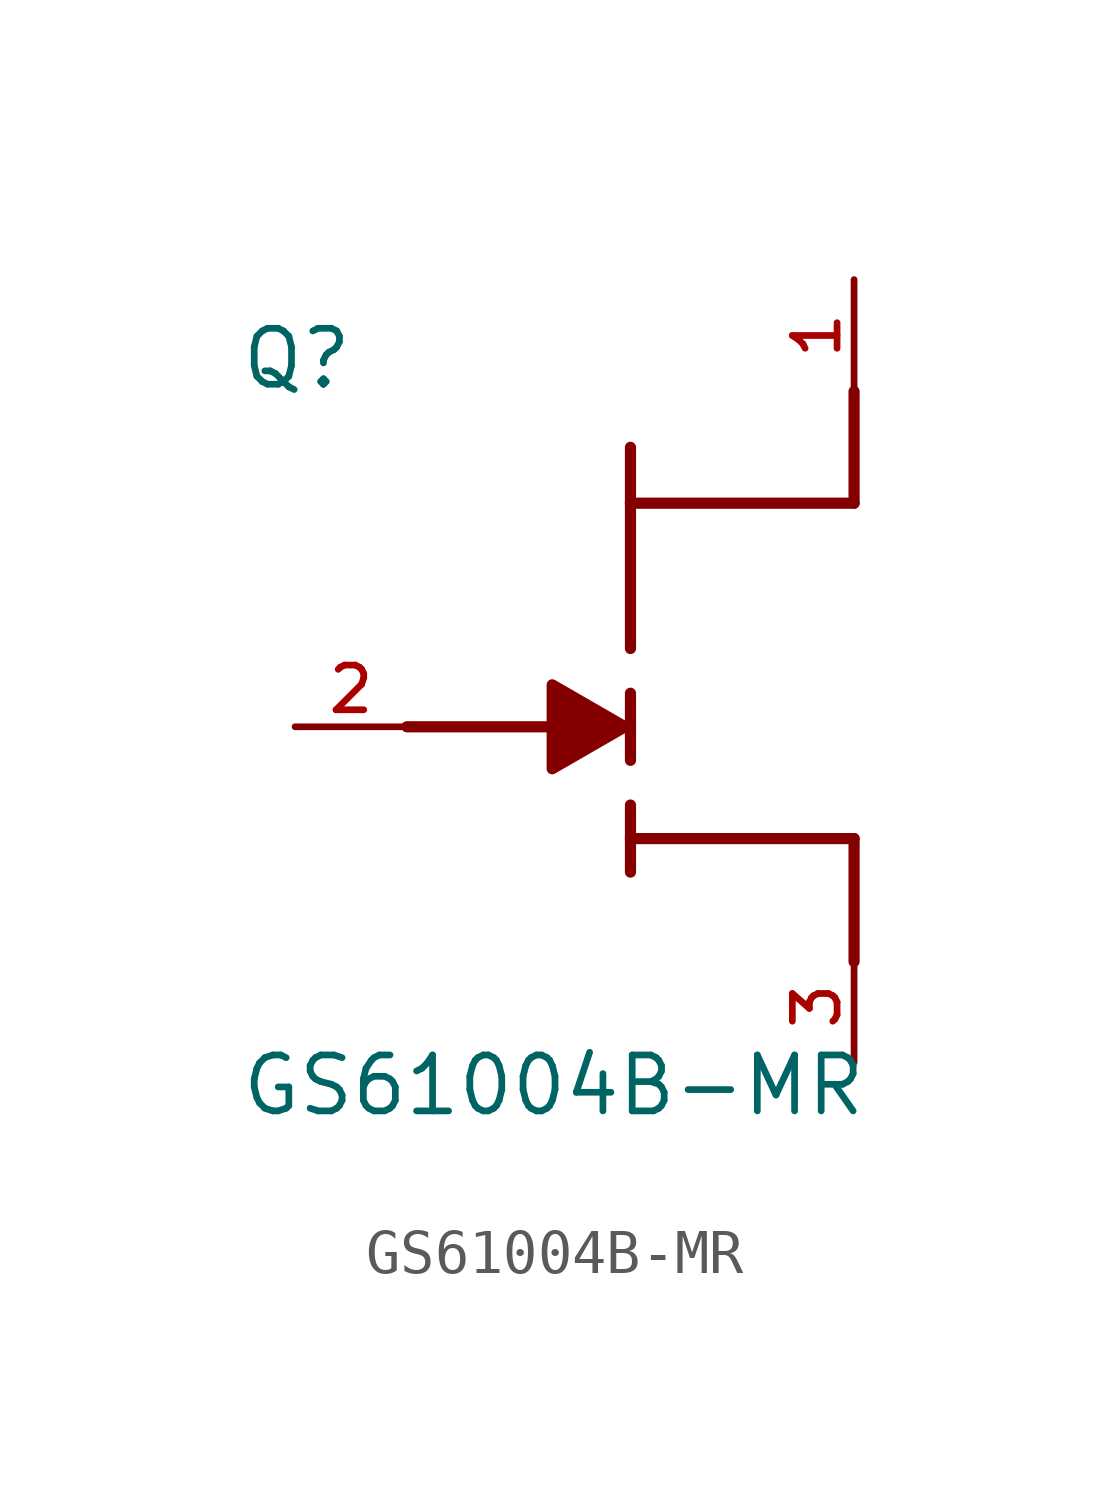
<source format=kicad_sym>
(kicad_symbol_lib
  (version 20211014)
  (generator kicad_symbol_editor)
  (symbol "GS61004B-MR"
    (pin_names
      (offset 1.016))
    (property "Reference" "Q"
      (at -8.89 7.62 0)
      (effects (font (size 1.27 1.27)) (justify bottom left)))
    (property "Value" "GS61004B-MR"
      (at -8.89 -8.89 0)
      (effects (font (size 1.27 1.27)) (justify bottom left)))
    (symbol "GS61004B-MR_0_0"
      (polyline (pts (xy 0.0 -0.762) (xy 0.0 0.762)) (stroke (width 0.254)))
      (polyline (pts (xy 0.0 1.778) (xy 0.0 5.08)) (stroke (width 0.254)))
      (polyline (pts (xy 0.0 5.08) (xy 0.0 6.35)) (stroke (width 0.254)))
      (polyline (pts (xy 0.0 -1.778) (xy 0.0 -2.54)) (stroke (width 0.254)))
      (polyline (pts (xy -0.127 0.0) (xy -1.778 0.953) (xy -1.778 -0.953) (xy -0.127 0.0)) (stroke (width 0.254)) (fill (type outline)))
      (polyline (pts (xy 0.0 -2.54) (xy 0.0 -3.302)) (stroke (width 0.254)))
      (polyline (pts (xy -0.635 0.0) (xy -5.08 0.0)) (stroke (width 0.254)))
      (polyline (pts (xy 0.0 5.08) (xy 5.08 5.08)) (stroke (width 0.254)))
      (polyline (pts (xy 5.08 5.08) (xy 5.08 7.62)) (stroke (width 0.254)))
      (polyline (pts (xy 0.0 -2.54) (xy 5.08 -2.54)) (stroke (width 0.254)))
      (polyline (pts (xy 5.08 -2.54) (xy 5.08 -5.334)) (stroke (width 0.254)))
      (pin passive line (at -7.62 0.0 0) (length 2.54) (name "~" (effects (font (size 1.016 1.016)))) (number "2" (effects (font (size 1.016 1.016)))))
      (pin passive line (at 5.08 10.16 270.0) (length 2.54) (name "~" (effects (font (size 1.016 1.016)))) (number "1" (effects (font (size 1.016 1.016)))))
      (pin passive line (at 5.08 -7.62 90.0) (length 2.54) (name "~" (effects (font (size 1.016 1.016)))) (number "3" (effects (font (size 1.016 1.016))))))))
</source>
